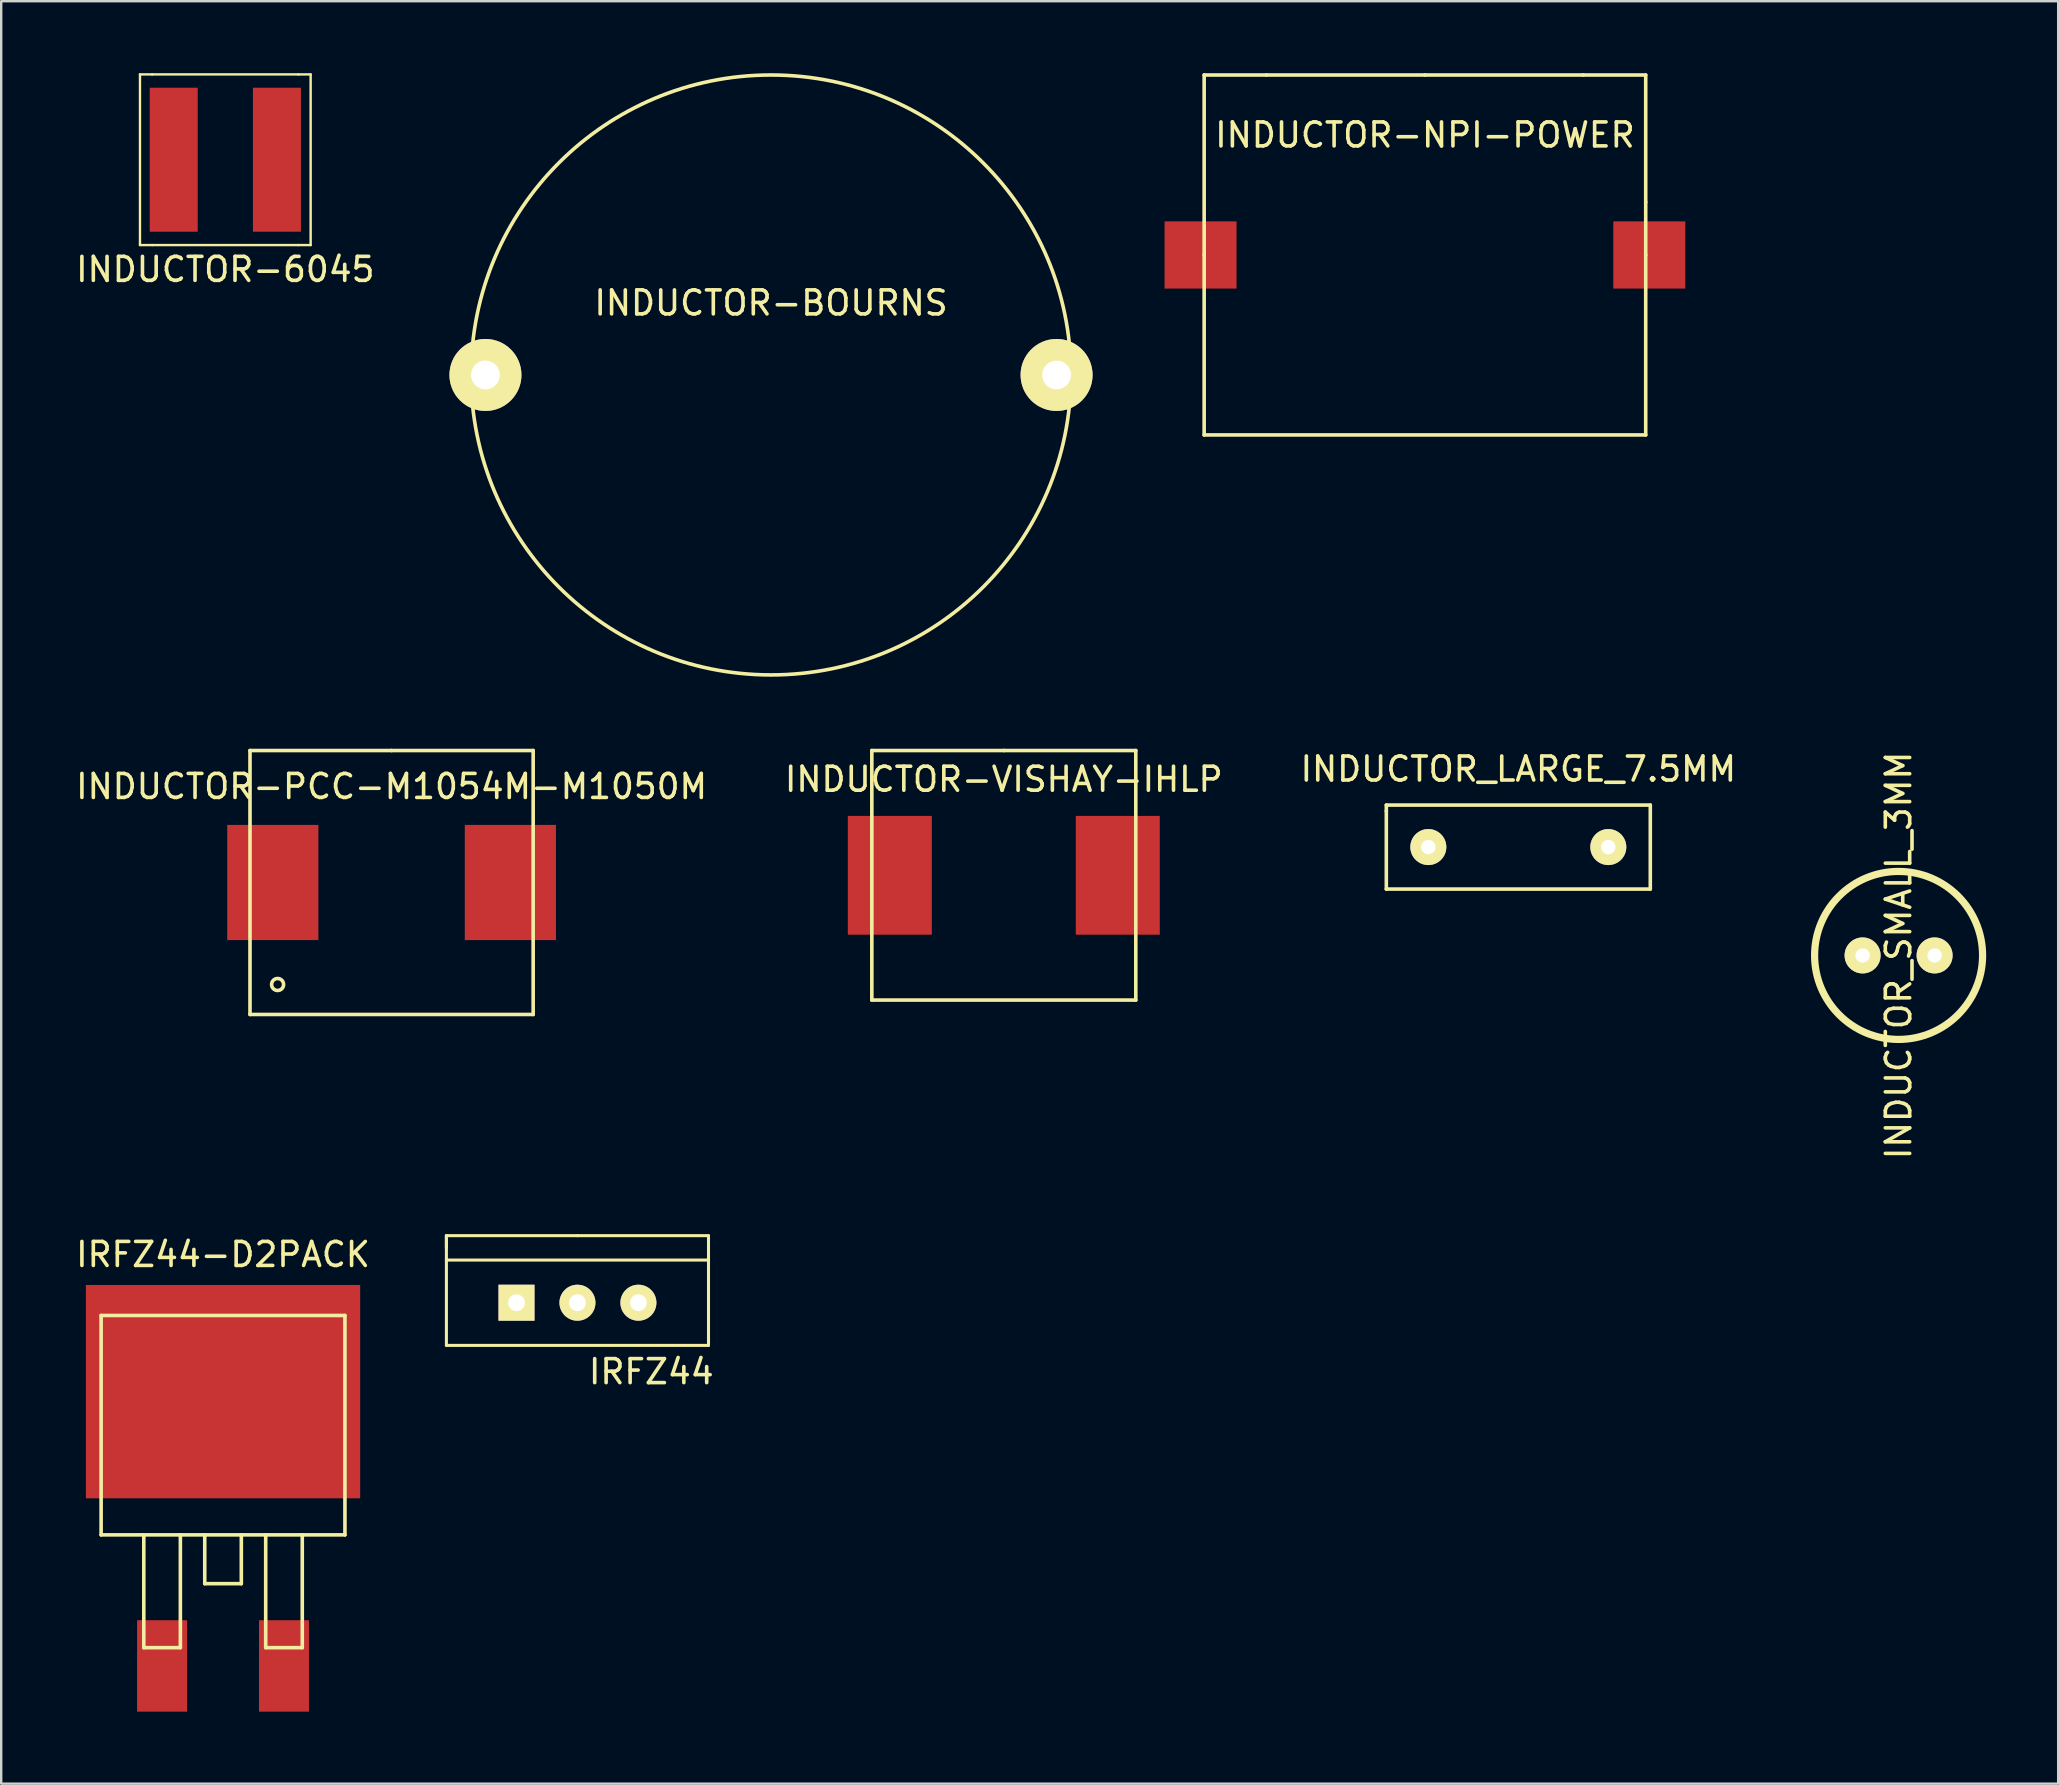
<source format=kicad_pcb>
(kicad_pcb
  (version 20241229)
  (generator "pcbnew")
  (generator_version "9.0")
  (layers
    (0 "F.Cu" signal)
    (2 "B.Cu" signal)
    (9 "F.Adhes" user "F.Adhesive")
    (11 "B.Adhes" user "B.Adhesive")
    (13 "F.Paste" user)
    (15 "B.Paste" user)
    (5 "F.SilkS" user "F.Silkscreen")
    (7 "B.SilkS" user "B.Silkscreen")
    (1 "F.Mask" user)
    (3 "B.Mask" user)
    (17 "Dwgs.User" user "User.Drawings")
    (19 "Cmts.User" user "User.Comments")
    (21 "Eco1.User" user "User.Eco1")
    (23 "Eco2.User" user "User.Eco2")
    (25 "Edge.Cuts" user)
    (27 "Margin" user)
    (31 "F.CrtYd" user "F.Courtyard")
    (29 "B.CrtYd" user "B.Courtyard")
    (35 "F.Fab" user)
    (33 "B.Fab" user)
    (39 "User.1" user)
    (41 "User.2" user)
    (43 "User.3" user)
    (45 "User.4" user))
  (footprint "INDUCTOR_SMALL_3MM"
    (layer "F.Cu")
    (at 76.067 36.764)
    (property "Reference" "INDUCTOR_SMALL_3MM" (at 0 0 90) (layer "F.SilkS") (effects (font (size 1.016 1.016) (thickness 0.15))))
    (attr through_hole)
    (fp_circle (center 0 0) (end 0 -3.5) (stroke (width 0.3) (type solid)) (fill no) (layer "F.SilkS"))
    (pad "1" thru_hole circle (at -1.5 0) (size 1.5 1.5) (drill 0.6) (layers "*.Cu" "*.Mask" "F.SilkS"))
    (pad "2" thru_hole circle (at 1.5 0) (size 1.5 1.5) (drill 0.6) (layers "*.Cu" "*.Mask" "F.SilkS")))
  (footprint "INDUCTOR-6045"
    (layer "F.Cu")
    (at 6.339 3.606)
    (property "Reference" "INDUCTOR-6045" (at 0 4.572 0) (layer "F.SilkS") (effects (font (size 1 1) (thickness 0.15))))
    (attr through_hole)
    (fp_line (start -3.556 -3.556) (end -3.556 3.556) (stroke (width 0.1) (type solid)) (layer "F.SilkS"))
    (fp_line (start -3.556 3.556) (end -3.048 3.556) (stroke (width 0.1) (type solid)) (layer "F.SilkS"))
    (fp_line (start -3.048 -3.556) (end -3.556 -3.556) (stroke (width 0.1) (type solid)) (layer "F.SilkS"))
    (fp_line (start -3.048 -3.556) (end 3.048 -3.556) (stroke (width 0.1) (type solid)) (layer "F.SilkS"))
    (fp_line (start -3.048 3.556) (end 3.048 3.556) (stroke (width 0.1) (type solid)) (layer "F.SilkS"))
    (fp_line (start 3.048 -3.556) (end 3.556 -3.556) (stroke (width 0.1) (type solid)) (layer "F.SilkS"))
    (fp_line (start 3.556 -3.556) (end 3.556 3.556) (stroke (width 0.1) (type solid)) (layer "F.SilkS"))
    (fp_line (start 3.556 3.556) (end 3.048 3.556) (stroke (width 0.1) (type solid)) (layer "F.SilkS"))
    (pad "1" smd rect (at 2.15 0) (size 2 6) (layers "F.Cu" "F.Mask" "F.Paste"))
    (pad "2" smd rect (at -2.15 0) (size 2 6) (layers "F.Cu" "F.Mask" "F.Paste")))
  (footprint "INDUCTOR-PCC-M1054M-M1050M"
    (layer "F.Cu")
    (at 13.268 33.725)
    (property "Reference" "INDUCTOR-PCC-M1054M-M1050M" (at 0 -4 0) (layer "F.SilkS") (effects (font (size 1 1) (thickness 0.15))))
    (attr through_hole)
    (fp_line (start -5.9 -5.5) (end 0 -5.5) (stroke (width 0.15) (type solid)) (layer "F.SilkS"))
    (fp_line (start -5.9 5.5) (end -5.9 -5.5) (stroke (width 0.15) (type solid)) (layer "F.SilkS"))
    (fp_line (start 0 -5.5) (end 5.9 -5.5) (stroke (width 0.15) (type solid)) (layer "F.SilkS"))
    (fp_line (start 5.9 -5.5) (end 5.9 5.5) (stroke (width 0.15) (type solid)) (layer "F.SilkS"))
    (fp_line (start 5.9 5.5) (end -5.9 5.5) (stroke (width 0.15) (type solid)) (layer "F.SilkS"))
    (fp_circle (center -4.75 4.25) (end -4.75 4) (stroke (width 0.15) (type solid)) (fill no) (layer "F.SilkS"))
    (pad "1" smd rect (at -4.95 0) (size 3.8 4.8) (layers "F.Cu" "F.Mask" "F.Paste"))
    (pad "2" smd rect (at 4.95 0) (size 3.8 4.8) (layers "F.Cu" "F.Mask" "F.Paste")))
  (footprint "INDUCTOR-BOURNS"
    (layer "F.Cu")
    (at 29.079 12.575)
    (property "Reference" "INDUCTOR-BOURNS" (at 0 -3 0) (layer "F.SilkS") (effects (font (size 1 1) (thickness 0.15))))
    (attr through_hole)
    (fp_circle (center 0 0) (end 0 -12.5) (stroke (width 0.15) (type solid)) (fill no) (layer "F.SilkS"))
    (pad "1" thru_hole circle (at -11.9 0) (size 3 3) (drill 1.2) (layers "*.Cu" "*.Mask" "F.SilkS"))
    (pad "2" thru_hole circle (at 11.9 0) (size 3 3) (drill 1.2) (layers "*.Cu" "*.Mask" "F.SilkS")))
  (footprint "INDUCTOR_LARGE_7.5MM"
    (layer "F.Cu")
    (at 60.22 32.248)
    (property "Reference" "INDUCTOR_LARGE_7.5MM" (at 0 -3.25 0) (layer "F.SilkS") (effects (font (size 1 1) (thickness 0.15))))
    (attr through_hole)
    (fp_line (start -5.5 -1.75) (end 5.5 -1.75) (stroke (width 0.15) (type solid)) (layer "F.SilkS"))
    (fp_line (start -5.5 -1.5) (end -5.5 -1.75) (stroke (width 0.15) (type solid)) (layer "F.SilkS"))
    (fp_line (start -5.5 1.75) (end -5.5 -1.5) (stroke (width 0.15) (type solid)) (layer "F.SilkS"))
    (fp_line (start 5.5 -1.75) (end 5.5 1.75) (stroke (width 0.15) (type solid)) (layer "F.SilkS"))
    (fp_line (start 5.5 1.75) (end -5.5 1.75) (stroke (width 0.15) (type solid)) (layer "F.SilkS"))
    (pad "1" thru_hole circle (at -3.75 0) (size 1.5 1.5) (drill 0.6) (layers "*.Cu" "*.Mask" "F.SilkS"))
    (pad "2" thru_hole circle (at 3.75 0) (size 1.5 1.5) (drill 0.6) (layers "*.Cu" "*.Mask" "F.SilkS")))
  (footprint "IRFZ44"
    (layer "F.Cu")
    (at 21.013 51.236)
    (property "Reference" "IRFZ44" (at 3.076 2.875 0) (layer "F.SilkS") (effects (font (size 1 1) (thickness 0.15))))
    (attr through_hole)
    (fp_line (start -5.461 -2.794) (end -5.461 1.778) (stroke (width 0.127) (type solid)) (layer "F.SilkS"))
    (fp_line (start -5.461 -2.794) (end 0 -2.794) (stroke (width 0.127) (type solid)) (layer "F.SilkS"))
    (fp_line (start -5.461 -2.286) (end -5.461 -2.794) (stroke (width 0.127) (type solid)) (layer "F.SilkS"))
    (fp_line (start -5.461 1.778) (end 5.461 1.778) (stroke (width 0.127) (type solid)) (layer "F.SilkS"))
    (fp_line (start 0 -2.794) (end 5.461 -2.794) (stroke (width 0.127) (type solid)) (layer "F.SilkS"))
    (fp_line (start 5.461 -2.794) (end 5.461 -2.286) (stroke (width 0.127) (type solid)) (layer "F.SilkS"))
    (fp_line (start 5.461 -1.778) (end -5.461 -1.778) (stroke (width 0.127) (type solid)) (layer "F.SilkS"))
    (fp_line (start 5.461 1.778) (end 5.461 -2.286) (stroke (width 0.127) (type solid)) (layer "F.SilkS"))
    (pad "D" thru_hole circle (at 0 0) (size 1.5 1.5) (drill 0.7) (layers "*.Cu" "*.Mask" "F.SilkS"))
    (pad "G" thru_hole rect (at -2.54 0) (size 1.5 1.5) (drill 0.7) (layers "*.Cu" "*.Mask" "F.SilkS"))
    (pad "S" thru_hole circle (at 2.54 0) (size 1.5 1.5) (drill 0.7) (layers "*.Cu" "*.Mask" "F.SilkS")))
  (footprint "INDUCTOR-NPI-POWER"
    (layer "F.Cu")
    (at 56.329 7.575)
    (property "Reference" "INDUCTOR-NPI-POWER" (at 0 -5 0) (layer "F.SilkS") (effects (font (size 1 1) (thickness 0.15))))
    (attr through_hole)
    (fp_line (start -9.2 -7.5) (end -6.6 -7.5) (stroke (width 0.15) (type solid)) (layer "F.SilkS"))
    (fp_line (start -9.2 0) (end -9.2 -7.5) (stroke (width 0.15) (type solid)) (layer "F.SilkS"))
    (fp_line (start -9.2 0) (end -9.2 7.5) (stroke (width 0.15) (type solid)) (layer "F.SilkS"))
    (fp_line (start -9.2 7.5) (end 9.2 7.5) (stroke (width 0.15) (type solid)) (layer "F.SilkS"))
    (fp_line (start 0 -7.5) (end -6.6 -7.5) (stroke (width 0.15) (type solid)) (layer "F.SilkS"))
    (fp_line (start 0 -7.5) (end 6.6 -7.5) (stroke (width 0.15) (type solid)) (layer "F.SilkS"))
    (fp_line (start 9.2 -7.5) (end 6.6 -7.5) (stroke (width 0.15) (type solid)) (layer "F.SilkS"))
    (fp_line (start 9.2 -2.2) (end 9.2 -7.5) (stroke (width 0.15) (type solid)) (layer "F.SilkS"))
    (fp_line (start 9.2 0) (end 9.2 -2.2) (stroke (width 0.15) (type solid)) (layer "F.SilkS"))
    (fp_line (start 9.2 7.5) (end 9.2 0) (stroke (width 0.15) (type solid)) (layer "F.SilkS"))
    (pad "1" smd rect (at -9.35 0) (size 3 2.8) (layers "F.Cu" "F.Mask" "F.Paste"))
    (pad "2" smd rect (at 9.35 0) (size 3 2.8) (layers "F.Cu" "F.Mask" "F.Paste")))
  (footprint "IRFZ44-D2PACK"
    (layer "F.Cu")
    (at 6.244 57.482)
    (property "Reference" "IRFZ44-D2PACK" (at 0 -8.255 0) (layer "F.SilkS") (effects (font (size 1 1) (thickness 0.15))))
    (attr through_hole)
    (fp_line (start -5.08 -5.715) (end 5.08 -5.715) (stroke (width 0.15) (type solid)) (layer "F.SilkS"))
    (fp_line (start -5.08 3.429) (end -5.08 -5.715) (stroke (width 0.15) (type solid)) (layer "F.SilkS"))
    (fp_line (start -3.302 3.429) (end -3.302 8.128) (stroke (width 0.15) (type solid)) (layer "F.SilkS"))
    (fp_line (start -3.302 8.128) (end -1.778 8.128) (stroke (width 0.15) (type solid)) (layer "F.SilkS"))
    (fp_line (start -1.778 8.128) (end -1.778 3.429) (stroke (width 0.15) (type solid)) (layer "F.SilkS"))
    (fp_line (start -0.762 3.429) (end -0.762 5.461) (stroke (width 0.15) (type solid)) (layer "F.SilkS"))
    (fp_line (start -0.762 5.461) (end 0.762 5.461) (stroke (width 0.15) (type solid)) (layer "F.SilkS"))
    (fp_line (start 0.762 5.461) (end 0.762 3.429) (stroke (width 0.15) (type solid)) (layer "F.SilkS"))
    (fp_line (start 1.778 3.429) (end 1.778 8.128) (stroke (width 0.15) (type solid)) (layer "F.SilkS"))
    (fp_line (start 1.778 8.128) (end 3.302 8.128) (stroke (width 0.15) (type solid)) (layer "F.SilkS"))
    (fp_line (start 3.302 8.128) (end 3.302 3.429) (stroke (width 0.15) (type solid)) (layer "F.SilkS"))
    (fp_line (start 5.08 -5.715) (end 5.08 3.429) (stroke (width 0.15) (type solid)) (layer "F.SilkS"))
    (fp_line (start 5.08 3.429) (end -5.08 3.429) (stroke (width 0.15) (type solid)) (layer "F.SilkS"))
    (pad "D" smd rect (at 0 -2.54) (size 11.43 8.89) (layers "F.Cu" "F.Mask" "F.Paste"))
    (pad "G" smd rect (at -2.54 8.89) (size 2.083 3.81) (layers "F.Cu" "F.Mask" "F.Paste"))
    (pad "S" smd rect (at 2.54 8.89) (size 2.083 3.81) (layers "F.Cu" "F.Mask" "F.Paste")))
  (footprint "INDUCTOR-VISHAY-IHLP"
    (layer "F.Cu")
    (at 38.78 33.425)
    (property "Reference" "INDUCTOR-VISHAY-IHLP" (at 0 -4 0) (layer "F.SilkS") (effects (font (size 1 1) (thickness 0.15))))
    (attr through_hole)
    (fp_line (start -5.5 -5.2) (end 0 -5.2) (stroke (width 0.15) (type solid)) (layer "F.SilkS"))
    (fp_line (start -5.5 5.2) (end -5.5 -5.2) (stroke (width 0.15) (type solid)) (layer "F.SilkS"))
    (fp_line (start 0 -5.2) (end 5.5 -5.2) (stroke (width 0.15) (type solid)) (layer "F.SilkS"))
    (fp_line (start 5.5 -5.2) (end 5.5 5.2) (stroke (width 0.15) (type solid)) (layer "F.SilkS"))
    (fp_line (start 5.5 5.2) (end -5.5 5.2) (stroke (width 0.15) (type solid)) (layer "F.SilkS"))
    (pad "1" smd rect (at -4.75 0) (size 3.5 4.95) (layers "F.Cu" "F.Mask" "F.Paste"))
    (pad "2" smd rect (at 4.75 0) (size 3.5 4.95) (layers "F.Cu" "F.Mask" "F.Paste")))
  (gr_rect
    (start -3 -3)
    (end 82.717 71.277)
    (stroke (width 0.1) (type default))
    (fill no)
    (layer "Edge.Cuts")))
</source>
